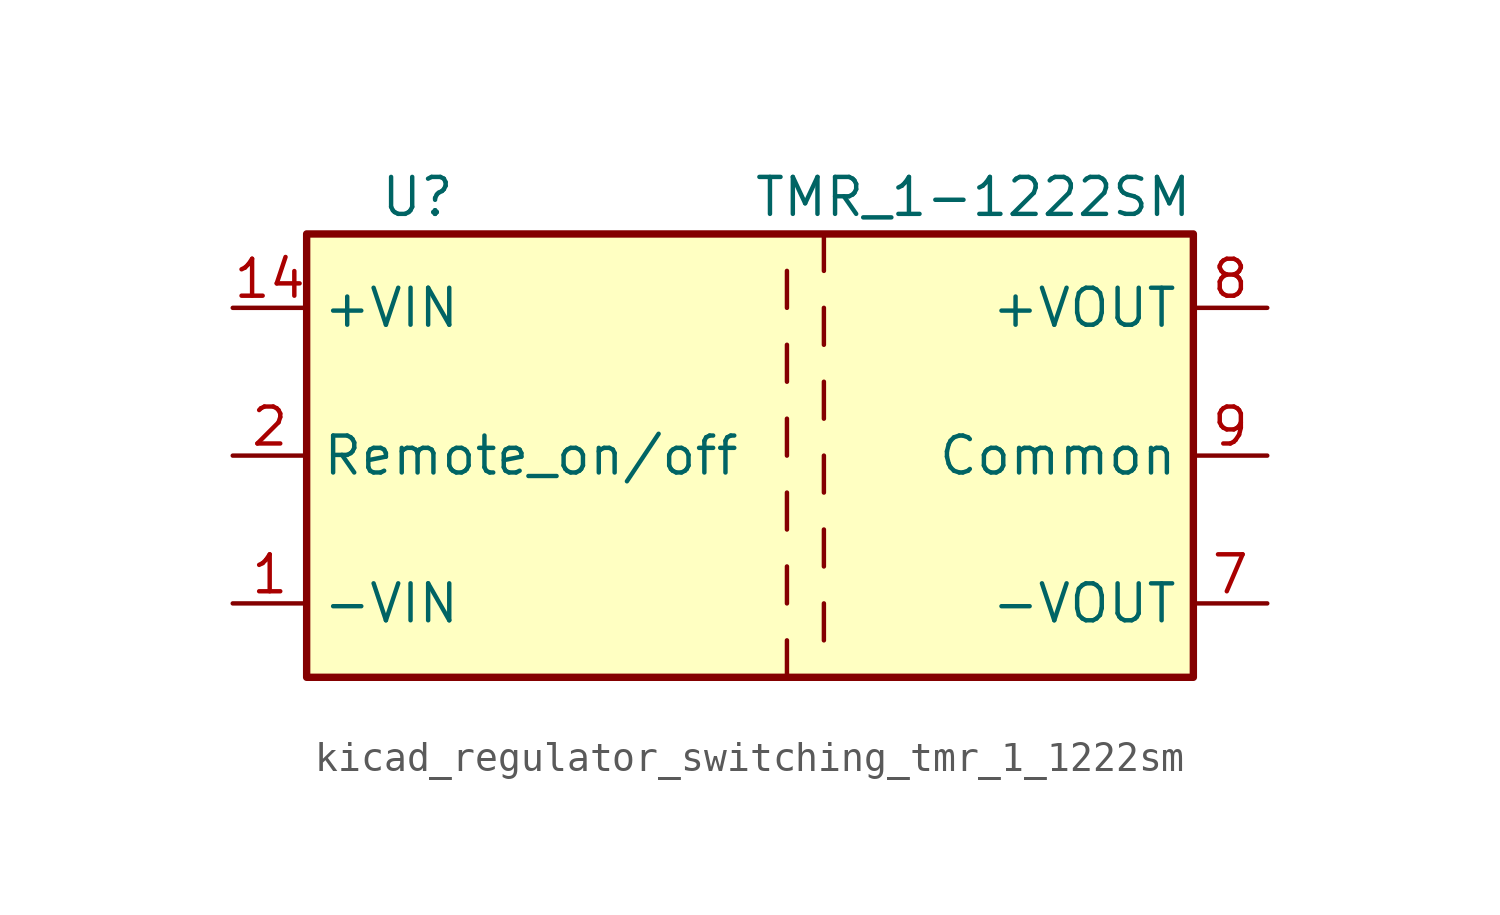
<source format=kicad_sym>
(kicad_symbol_lib
  (version 20220914)
  (generator kicad_symbol_editor)
  (symbol "kicad_regulator_switching_tmr_1_1222sm"
    (property "Reference" "U"
      (at -11.43 8.89 0)
      (effects (font (size 1.27 1.27))))
    (property "Value" "TMR_1-1222SM"
      (at 15.24 8.89 0)
      (effects (font (size 1.27 1.27)) (justify right)))
    (symbol "kicad_regulator_switching_tmr_1_1222sm_0_1"
      (rectangle (start -15.24 7.62) (end 15.24 -7.62) (stroke (width 0.254) (type default)) (fill (type background)))
      (polyline (pts (xy 1.27 -6.35) (xy 1.27 -7.62)) (stroke (width 0) (type default)) (fill (type none)))
      (polyline (pts (xy 1.27 -3.81) (xy 1.27 -5.08)) (stroke (width 0) (type default)) (fill (type none)))
      (polyline (pts (xy 1.27 -1.27) (xy 1.27 -2.54)) (stroke (width 0) (type default)) (fill (type none)))
      (polyline (pts (xy 1.27 1.27) (xy 1.27 0)) (stroke (width 0) (type default)) (fill (type none)))
      (polyline (pts (xy 1.27 3.81) (xy 1.27 2.54)) (stroke (width 0) (type default)) (fill (type none)))
      (polyline (pts (xy 1.27 6.35) (xy 1.27 5.08)) (stroke (width 0) (type default)) (fill (type none)))
      (polyline (pts (xy 2.54 -5.08) (xy 2.54 -6.35)) (stroke (width 0) (type default)) (fill (type none)))
      (polyline (pts (xy 2.54 -2.54) (xy 2.54 -3.81)) (stroke (width 0) (type default)) (fill (type none)))
      (polyline (pts (xy 2.54 0) (xy 2.54 -1.27)) (stroke (width 0) (type default)) (fill (type none)))
      (polyline (pts (xy 2.54 2.54) (xy 2.54 1.27)) (stroke (width 0) (type default)) (fill (type none)))
      (polyline (pts (xy 2.54 5.08) (xy 2.54 3.81)) (stroke (width 0) (type default)) (fill (type none)))
      (polyline (pts (xy 2.54 7.62) (xy 2.54 6.35)) (stroke (width 0) (type default)) (fill (type none))))
    (symbol "kicad_regulator_switching_tmr_1_1222sm_1_1"
      (pin power_in line (at -17.78 -5.08 0) (length 2.54) (name "-VIN" (effects (font (size 1.27 1.27)))) (number "1" (effects (font (size 1.27 1.27)))))
      (pin power_in line (at -17.78 5.08 0) (length 2.54) (name "+VIN" (effects (font (size 1.27 1.27)))) (number "14" (effects (font (size 1.27 1.27)))))
      (pin input line (at -17.78 0 0) (length 2.54) (name "Remote_on/off" (effects (font (size 1.27 1.27)))) (number "2" (effects (font (size 1.27 1.27)))))
      (pin passive line (at 17.78 0 180) (length 2.54) hide (name "Common" (effects (font (size 1.27 1.27)))) (number "6" (effects (font (size 1.27 1.27)))))
      (pin power_out line (at 17.78 -5.08 180) (length 2.54) (name "-VOUT" (effects (font (size 1.27 1.27)))) (number "7" (effects (font (size 1.27 1.27)))))
      (pin power_out line (at 17.78 5.08 180) (length 2.54) (name "+VOUT" (effects (font (size 1.27 1.27)))) (number "8" (effects (font (size 1.27 1.27)))))
      (pin power_out line (at 17.78 0 180) (length 2.54) (name "Common" (effects (font (size 1.27 1.27)))) (number "9" (effects (font (size 1.27 1.27))))))))
</source>
